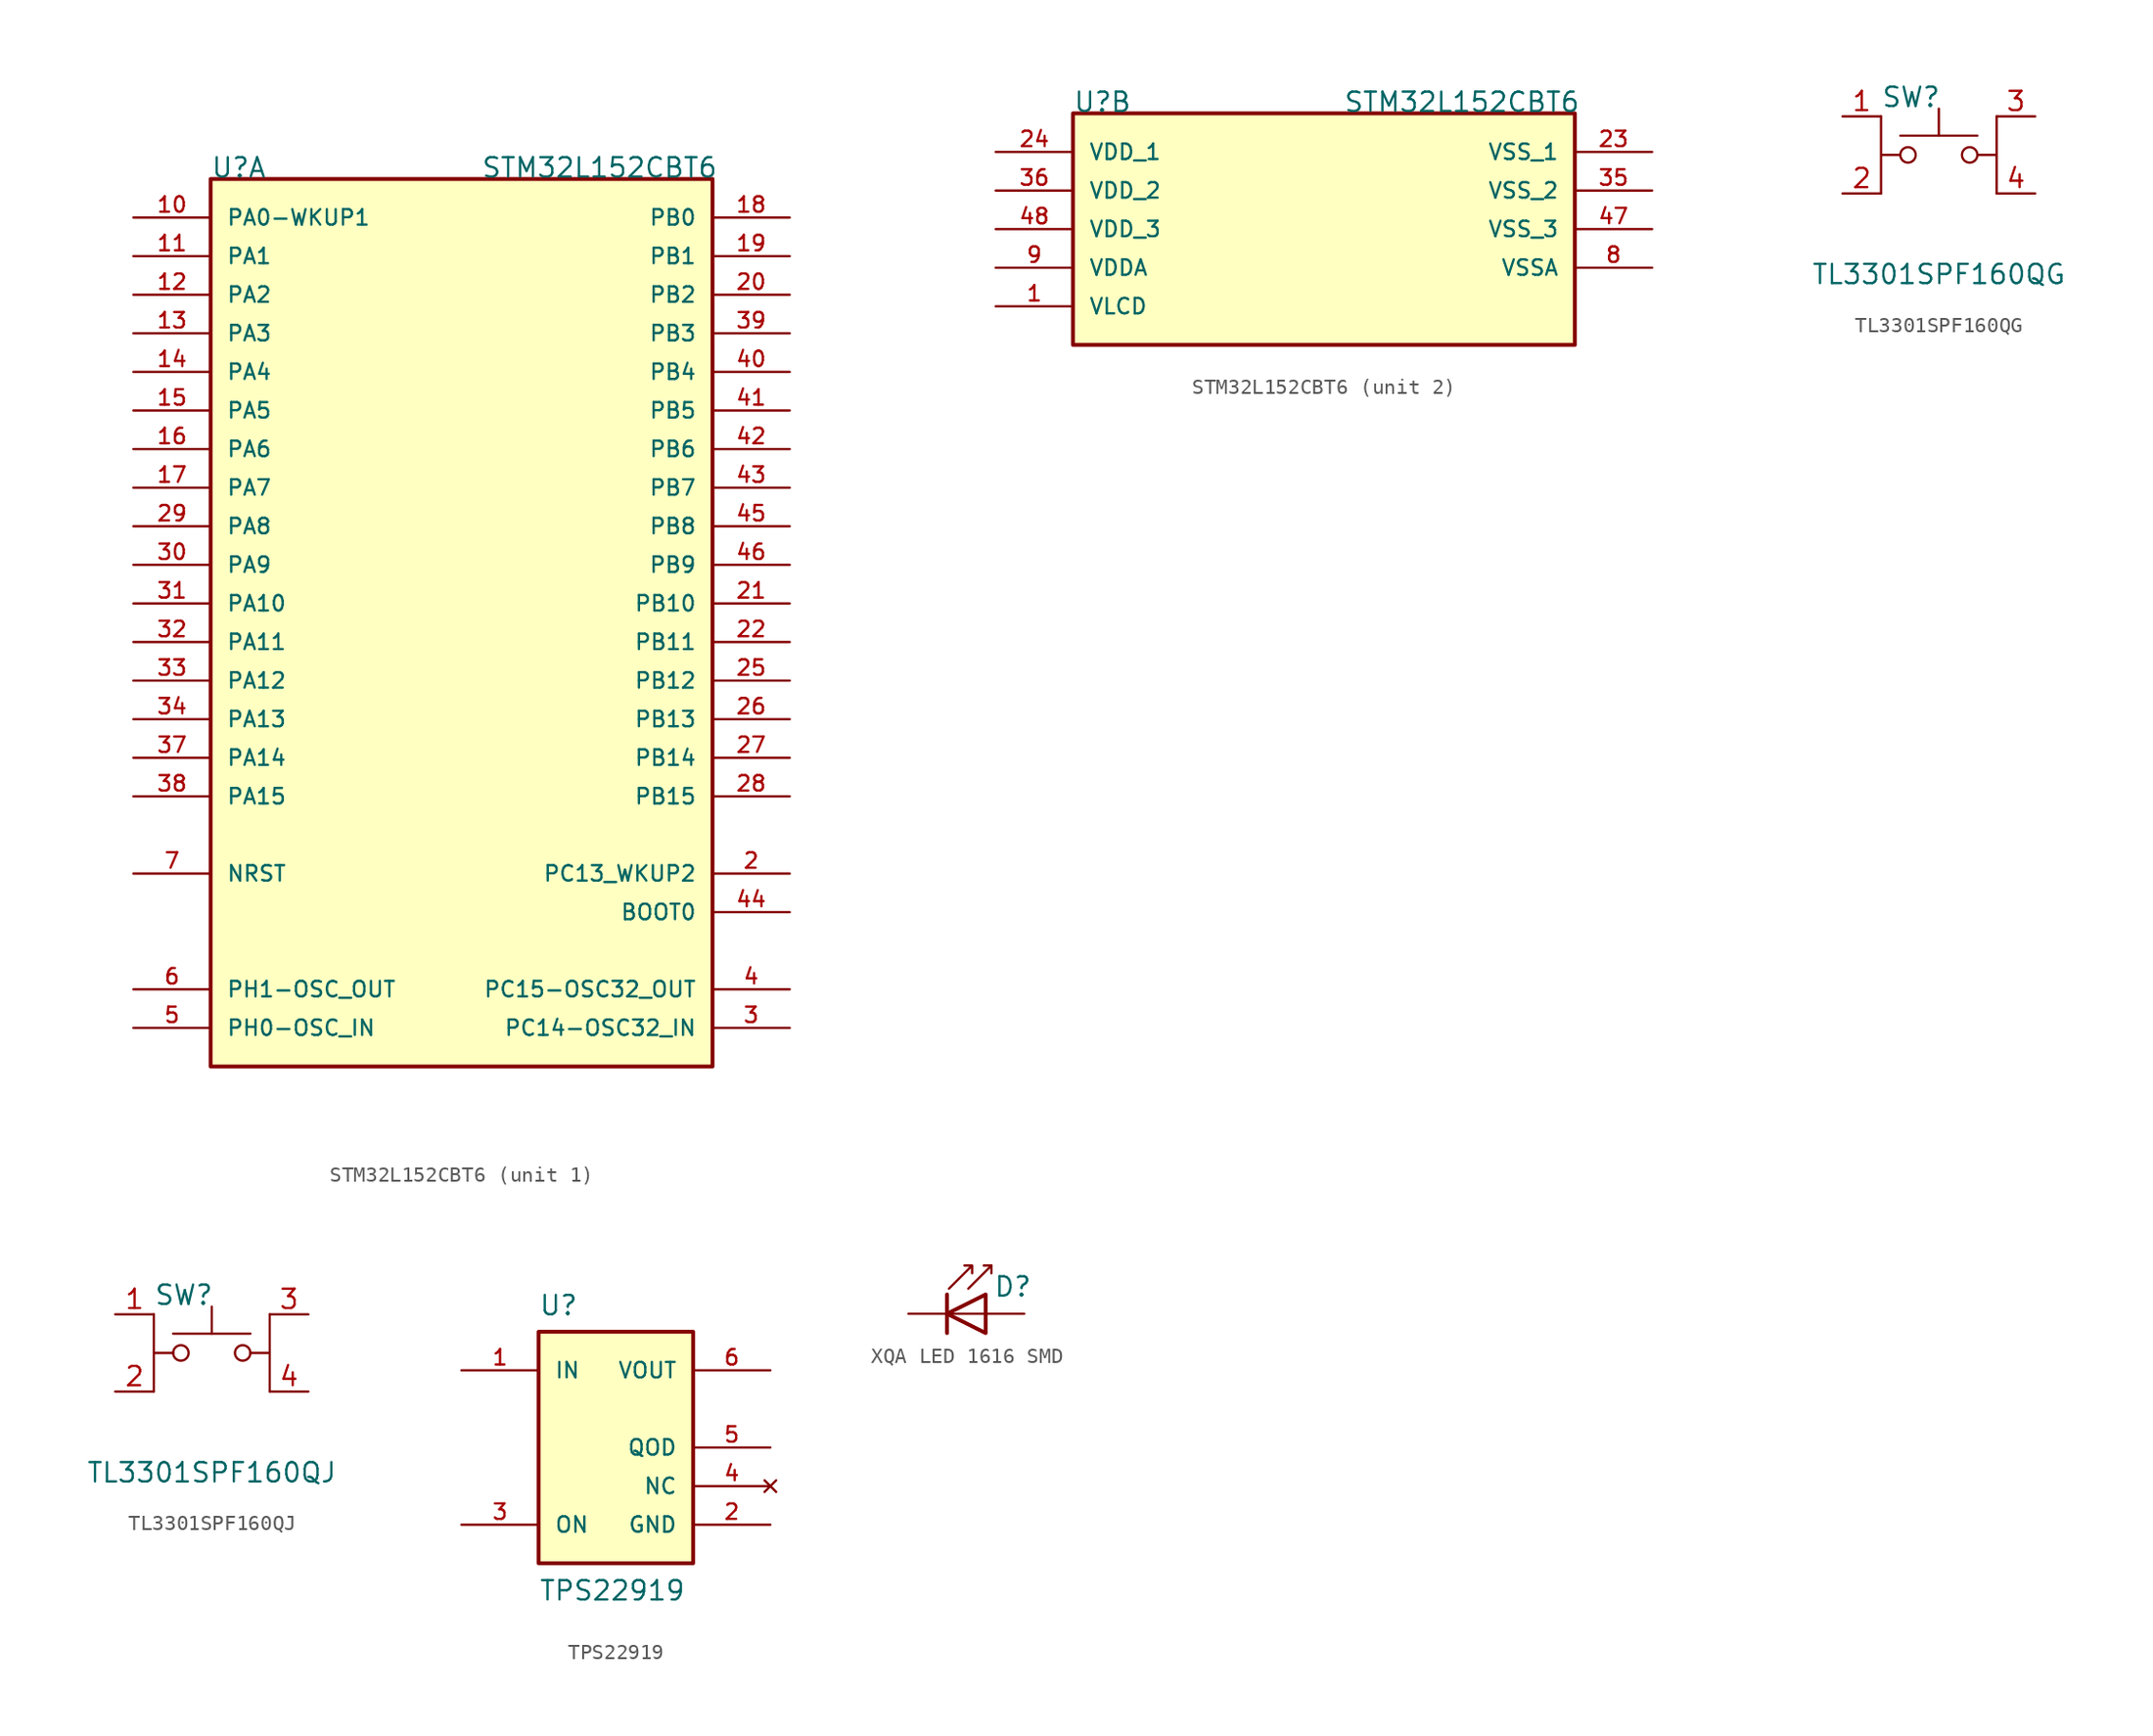
<source format=kicad_sym>
(kicad_symbol_lib
  (version 20211014)
  (generator kicad_symbol_editor)
  (symbol "STM32L152CBT6"
    (pin_names
      (offset 1.016))
    (property "Reference" "U"
      (at -16.51 30.48 0)
      (effects (font (size 1.27 1.27)) (justify left bottom)))
    (property "Value" "STM32L152CBT6"
      (at 1.27 30.48 0)
      (effects (font (size 1.27 1.27)) (justify left bottom)))
    (property "ki_locked" ""
      (at 0 0 0)
      (effects (font (size 1.27 1.27))))
    (symbol "STM32L152CBT6_1_0"
      (rectangle (start -16.51 30.48) (end 16.51 -27.94) (stroke (width 0.254) (type default) (color 0 0 0 0)) (fill (type background)))
      (pin bidirectional line (at -21.59 27.94 0) (length 5.08) (name "PA0-WKUP1" (effects (font (size 1.016 1.016)))) (number "10" (effects (font (size 1.016 1.016)))))
      (pin bidirectional line (at -21.59 25.4 0) (length 5.08) (name "PA1" (effects (font (size 1.016 1.016)))) (number "11" (effects (font (size 1.016 1.016)))))
      (pin bidirectional line (at -21.59 22.86 0) (length 5.08) (name "PA2" (effects (font (size 1.016 1.016)))) (number "12" (effects (font (size 1.016 1.016)))))
      (pin bidirectional line (at -21.59 20.32 0) (length 5.08) (name "PA3" (effects (font (size 1.016 1.016)))) (number "13" (effects (font (size 1.016 1.016)))))
      (pin bidirectional line (at -21.59 17.78 0) (length 5.08) (name "PA4" (effects (font (size 1.016 1.016)))) (number "14" (effects (font (size 1.016 1.016)))))
      (pin bidirectional line (at -21.59 15.24 0) (length 5.08) (name "PA5" (effects (font (size 1.016 1.016)))) (number "15" (effects (font (size 1.016 1.016)))))
      (pin bidirectional line (at -21.59 12.7 0) (length 5.08) (name "PA6" (effects (font (size 1.016 1.016)))) (number "16" (effects (font (size 1.016 1.016)))))
      (pin bidirectional line (at -21.59 10.16 0) (length 5.08) (name "PA7" (effects (font (size 1.016 1.016)))) (number "17" (effects (font (size 1.016 1.016)))))
      (pin bidirectional line (at 21.59 27.94 180) (length 5.08) (name "PB0" (effects (font (size 1.016 1.016)))) (number "18" (effects (font (size 1.016 1.016)))))
      (pin bidirectional line (at 21.59 25.4 180) (length 5.08) (name "PB1" (effects (font (size 1.016 1.016)))) (number "19" (effects (font (size 1.016 1.016)))))
      (pin bidirectional line (at 21.59 -15.24 180) (length 5.08) (name "PC13_WKUP2" (effects (font (size 1.016 1.016)))) (number "2" (effects (font (size 1.016 1.016)))))
      (pin bidirectional line (at 21.59 22.86 180) (length 5.08) (name "PB2" (effects (font (size 1.016 1.016)))) (number "20" (effects (font (size 1.016 1.016)))))
      (pin bidirectional line (at 21.59 2.54 180) (length 5.08) (name "PB10" (effects (font (size 1.016 1.016)))) (number "21" (effects (font (size 1.016 1.016)))))
      (pin bidirectional line (at 21.59 0 180) (length 5.08) (name "PB11" (effects (font (size 1.016 1.016)))) (number "22" (effects (font (size 1.016 1.016)))))
      (pin bidirectional line (at 21.59 -2.54 180) (length 5.08) (name "PB12" (effects (font (size 1.016 1.016)))) (number "25" (effects (font (size 1.016 1.016)))))
      (pin bidirectional line (at 21.59 -5.08 180) (length 5.08) (name "PB13" (effects (font (size 1.016 1.016)))) (number "26" (effects (font (size 1.016 1.016)))))
      (pin bidirectional line (at 21.59 -7.62 180) (length 5.08) (name "PB14" (effects (font (size 1.016 1.016)))) (number "27" (effects (font (size 1.016 1.016)))))
      (pin bidirectional line (at 21.59 -10.16 180) (length 5.08) (name "PB15" (effects (font (size 1.016 1.016)))) (number "28" (effects (font (size 1.016 1.016)))))
      (pin bidirectional line (at -21.59 7.62 0) (length 5.08) (name "PA8" (effects (font (size 1.016 1.016)))) (number "29" (effects (font (size 1.016 1.016)))))
      (pin input line (at 21.59 -25.4 180) (length 5.08) (name "PC14-OSC32_IN" (effects (font (size 1.016 1.016)))) (number "3" (effects (font (size 1.016 1.016)))))
      (pin bidirectional line (at -21.59 5.08 0) (length 5.08) (name "PA9" (effects (font (size 1.016 1.016)))) (number "30" (effects (font (size 1.016 1.016)))))
      (pin bidirectional line (at -21.59 2.54 0) (length 5.08) (name "PA10" (effects (font (size 1.016 1.016)))) (number "31" (effects (font (size 1.016 1.016)))))
      (pin bidirectional line (at -21.59 0 0) (length 5.08) (name "PA11" (effects (font (size 1.016 1.016)))) (number "32" (effects (font (size 1.016 1.016)))))
      (pin bidirectional line (at -21.59 -2.54 0) (length 5.08) (name "PA12" (effects (font (size 1.016 1.016)))) (number "33" (effects (font (size 1.016 1.016)))))
      (pin bidirectional line (at -21.59 -5.08 0) (length 5.08) (name "PA13" (effects (font (size 1.016 1.016)))) (number "34" (effects (font (size 1.016 1.016)))))
      (pin bidirectional line (at -21.59 -7.62 0) (length 5.08) (name "PA14" (effects (font (size 1.016 1.016)))) (number "37" (effects (font (size 1.016 1.016)))))
      (pin bidirectional line (at -21.59 -10.16 0) (length 5.08) (name "PA15" (effects (font (size 1.016 1.016)))) (number "38" (effects (font (size 1.016 1.016)))))
      (pin bidirectional line (at 21.59 20.32 180) (length 5.08) (name "PB3" (effects (font (size 1.016 1.016)))) (number "39" (effects (font (size 1.016 1.016)))))
      (pin output line (at 21.59 -22.86 180) (length 5.08) (name "PC15-OSC32_OUT" (effects (font (size 1.016 1.016)))) (number "4" (effects (font (size 1.016 1.016)))))
      (pin bidirectional line (at 21.59 17.78 180) (length 5.08) (name "PB4" (effects (font (size 1.016 1.016)))) (number "40" (effects (font (size 1.016 1.016)))))
      (pin bidirectional line (at 21.59 15.24 180) (length 5.08) (name "PB5" (effects (font (size 1.016 1.016)))) (number "41" (effects (font (size 1.016 1.016)))))
      (pin bidirectional line (at 21.59 12.7 180) (length 5.08) (name "PB6" (effects (font (size 1.016 1.016)))) (number "42" (effects (font (size 1.016 1.016)))))
      (pin bidirectional line (at 21.59 10.16 180) (length 5.08) (name "PB7" (effects (font (size 1.016 1.016)))) (number "43" (effects (font (size 1.016 1.016)))))
      (pin input line (at 21.59 -17.78 180) (length 5.08) (name "BOOT0" (effects (font (size 1.016 1.016)))) (number "44" (effects (font (size 1.016 1.016)))))
      (pin bidirectional line (at 21.59 7.62 180) (length 5.08) (name "PB8" (effects (font (size 1.016 1.016)))) (number "45" (effects (font (size 1.016 1.016)))))
      (pin bidirectional line (at 21.59 5.08 180) (length 5.08) (name "PB9" (effects (font (size 1.016 1.016)))) (number "46" (effects (font (size 1.016 1.016)))))
      (pin input line (at -21.59 -25.4 0) (length 5.08) (name "PH0-OSC_IN" (effects (font (size 1.016 1.016)))) (number "5" (effects (font (size 1.016 1.016)))))
      (pin output line (at -21.59 -22.86 0) (length 5.08) (name "PH1-OSC_OUT" (effects (font (size 1.016 1.016)))) (number "6" (effects (font (size 1.016 1.016)))))
      (pin bidirectional line (at -21.59 -15.24 0) (length 5.08) (name "NRST" (effects (font (size 1.016 1.016)))) (number "7" (effects (font (size 1.016 1.016))))))
    (symbol "STM32L152CBT6_2_0"
      (rectangle (start -16.51 30.48) (end 16.51 15.24) (stroke (width 0.254) (type default) (color 0 0 0 0)) (fill (type background)))
      (pin power_in line (at -21.59 17.78 0) (length 5.08) (name "VLCD" (effects (font (size 1.016 1.016)))) (number "1" (effects (font (size 1.016 1.016)))))
      (pin power_in line (at 21.59 27.94 180) (length 5.08) (name "VSS_1" (effects (font (size 1.016 1.016)))) (number "23" (effects (font (size 1.016 1.016)))))
      (pin power_in line (at -21.59 27.94 0) (length 5.08) (name "VDD_1" (effects (font (size 1.016 1.016)))) (number "24" (effects (font (size 1.016 1.016)))))
      (pin power_in line (at 21.59 25.4 180) (length 5.08) (name "VSS_2" (effects (font (size 1.016 1.016)))) (number "35" (effects (font (size 1.016 1.016)))))
      (pin power_in line (at -21.59 25.4 0) (length 5.08) (name "VDD_2" (effects (font (size 1.016 1.016)))) (number "36" (effects (font (size 1.016 1.016)))))
      (pin power_in line (at 21.59 22.86 180) (length 5.08) (name "VSS_3" (effects (font (size 1.016 1.016)))) (number "47" (effects (font (size 1.016 1.016)))))
      (pin power_in line (at -21.59 22.86 0) (length 5.08) (name "VDD_3" (effects (font (size 1.016 1.016)))) (number "48" (effects (font (size 1.016 1.016)))))
      (pin power_in line (at 21.59 20.32 180) (length 5.08) (name "VSSA" (effects (font (size 1.016 1.016)))) (number "8" (effects (font (size 1.016 1.016)))))
      (pin power_in line (at -21.59 20.32 0) (length 5.08) (name "VDDA" (effects (font (size 1.016 1.016)))) (number "9" (effects (font (size 1.016 1.016)))))))
  (symbol "TL3301SPF160QG"
    (pin_names
      (offset 1.016) hide)
    (property "Reference" "SW"
      (at -3.81 3.81 0)
      (effects (font (size 1.27 1.27)) (justify left)))
    (property "Value" "TL3301SPF160QG"
      (at 0 -7.874 0)
      (effects (font (size 1.27 1.27))))
    (symbol "TL3301SPF160QG_0_1"
      (circle (center -2.032 0) (radius 0.508) (stroke (width 0) (type default) (color 0 0 0 0)) (fill (type none)))
      (polyline (pts (xy 0 1.27) (xy 0 3.048)) (stroke (width 0) (type default) (color 0 0 0 0)) (fill (type none)))
      (polyline (pts (xy 2.54 1.27) (xy -2.54 1.27)) (stroke (width 0) (type default) (color 0 0 0 0)) (fill (type none)))
      (polyline (pts (xy -2.54 0) (xy -3.81 0) (xy -3.81 -2.54) (xy -3.81 2.54)) (stroke (width 0) (type default) (color 0 0 0 0)) (fill (type none)))
      (polyline (pts (xy 2.54 0) (xy 3.81 0) (xy 3.81 2.54) (xy 3.81 -2.54)) (stroke (width 0) (type default) (color 0 0 0 0)) (fill (type none)))
      (circle (center 2.032 0) (radius 0.508) (stroke (width 0) (type default) (color 0 0 0 0)) (fill (type none)))
      (pin passive line (at -6.35 2.54 0) (length 2.54) (name "1" (effects (font (size 1.27 1.27)))) (number "1" (effects (font (size 1.27 1.27)))))
      (pin passive line (at 6.35 2.54 180) (length 2.54) (name "2" (effects (font (size 1.27 1.27)))) (number "3" (effects (font (size 1.27 1.27))))))
    (symbol "TL3301SPF160QG_1_1"
      (pin passive line (at -6.35 -2.54 0) (length 2.54) (name "1" (effects (font (size 1.27 1.27)))) (number "2" (effects (font (size 1.27 1.27)))))
      (pin passive line (at 6.35 -2.54 180) (length 2.54) (name "1" (effects (font (size 1.27 1.27)))) (number "4" (effects (font (size 1.27 1.27)))))))
  (symbol "TL3301SPF160QJ"
    (pin_names
      (offset 1.016) hide)
    (property "Reference" "SW"
      (at -3.81 3.81 0)
      (effects (font (size 1.27 1.27)) (justify left)))
    (property "Value" "TL3301SPF160QJ"
      (at 0 -7.874 0)
      (effects (font (size 1.27 1.27))))
    (symbol "TL3301SPF160QJ_0_1"
      (circle (center -2.032 0) (radius 0.508) (stroke (width 0) (type default) (color 0 0 0 0)) (fill (type none)))
      (polyline (pts (xy 0 1.27) (xy 0 3.048)) (stroke (width 0) (type default) (color 0 0 0 0)) (fill (type none)))
      (polyline (pts (xy 2.54 1.27) (xy -2.54 1.27)) (stroke (width 0) (type default) (color 0 0 0 0)) (fill (type none)))
      (polyline (pts (xy -2.54 0) (xy -3.81 0) (xy -3.81 -2.54) (xy -3.81 2.54)) (stroke (width 0) (type default) (color 0 0 0 0)) (fill (type none)))
      (polyline (pts (xy 2.54 0) (xy 3.81 0) (xy 3.81 2.54) (xy 3.81 -2.54)) (stroke (width 0) (type default) (color 0 0 0 0)) (fill (type none)))
      (circle (center 2.032 0) (radius 0.508) (stroke (width 0) (type default) (color 0 0 0 0)) (fill (type none)))
      (pin passive line (at -6.35 2.54 0) (length 2.54) (name "1" (effects (font (size 1.27 1.27)))) (number "1" (effects (font (size 1.27 1.27)))))
      (pin passive line (at 6.35 2.54 180) (length 2.54) (name "2" (effects (font (size 1.27 1.27)))) (number "3" (effects (font (size 1.27 1.27))))))
    (symbol "TL3301SPF160QJ_1_1"
      (pin passive line (at -6.35 -2.54 0) (length 2.54) (name "1" (effects (font (size 1.27 1.27)))) (number "2" (effects (font (size 1.27 1.27)))))
      (pin passive line (at 6.35 -2.54 180) (length 2.54) (name "1" (effects (font (size 1.27 1.27)))) (number "4" (effects (font (size 1.27 1.27)))))))
  (symbol "TPS22919"
    (pin_names
      (offset 1.016))
    (property "Reference" "U"
      (at -5.08 8.611 0)
      (effects (font (size 1.27 1.27)) (justify left bottom)))
    (property "Value" "TPS22919"
      (at -5.08 -10.16 0)
      (effects (font (size 1.27 1.27)) (justify left bottom)))
    (symbol "TPS22919_0_0"
      (rectangle (start -5.08 -7.62) (end 5.08 7.62) (stroke (width 0.254) (type default) (color 0 0 0 0)) (fill (type background)))
      (pin power_in line (at -10.16 5.08 0) (length 5.08) (name "IN" (effects (font (size 1.016 1.016)))) (number "1" (effects (font (size 1.016 1.016)))))
      (pin power_in line (at 10.16 -5.08 180) (length 5.08) (name "GND" (effects (font (size 1.016 1.016)))) (number "2" (effects (font (size 1.016 1.016)))))
      (pin input line (at -10.16 -5.08 0) (length 5.08) (name "ON" (effects (font (size 1.016 1.016)))) (number "3" (effects (font (size 1.016 1.016)))))
      (pin power_out line (at 10.16 5.08 180) (length 5.08) (name "VOUT" (effects (font (size 1.016 1.016)))) (number "6" (effects (font (size 1.016 1.016))))))
    (symbol "TPS22919_1_1"
      (pin no_connect line (at 10.16 -2.54 180) (length 5.08) (name "NC" (effects (font (size 1.016 1.016)))) (number "4" (effects (font (size 1.016 1.016)))))
      (pin output line (at 10.16 0 180) (length 5.08) (name "QOD" (effects (font (size 1.016 1.016)))) (number "5" (effects (font (size 1.016 1.016)))))))
  (symbol "XQA LED 1616 SMD"
    (pin_numbers hide)
    (pin_names
      (offset 1.016) hide)
    (property "Reference" "D"
      (at 0.508 1.778 0)
      (effects (font (size 1.27 1.27)) (justify left)))
    (symbol "XQA LED 1616 SMD_0_1"
      (polyline (pts (xy -2.54 0) (xy 0 0)) (stroke (width 0) (type default) (color 0 0 0 0)) (fill (type none)))
      (polyline (pts (xy -2.54 1.27) (xy -2.54 -1.27)) (stroke (width 0.254) (type default) (color 0 0 0 0)) (fill (type none)))
      (polyline (pts (xy 0.381 3.175) (xy -0.127 3.175)) (stroke (width 0) (type default) (color 0 0 0 0)) (fill (type none)))
      (polyline (pts (xy -1.143 1.651) (xy 0.381 3.175) (xy 0.381 2.667)) (stroke (width 0) (type default) (color 0 0 0 0)) (fill (type none)))
      (polyline (pts (xy 0 -1.27) (xy 0 1.27) (xy -2.54 0) (xy 0 -1.27)) (stroke (width 0.254) (type default) (color 0 0 0 0)) (fill (type none)))
      (polyline (pts (xy -2.413 1.651) (xy -0.889 3.175) (xy -0.889 2.667) (xy -0.889 3.175) (xy -1.397 3.175)) (stroke (width 0) (type default) (color 0 0 0 0)) (fill (type none))))
    (symbol "XQA LED 1616 SMD_1_1"
      (pin passive line (at -5.08 0 0) (length 2.54) (name "K" (effects (font (size 1.27 1.27)))) (number "1" (effects (font (size 1.27 1.27)))))
      (pin passive line (at 2.54 0 180) (length 2.54) (name "A" (effects (font (size 1.27 1.27)))) (number "2" (effects (font (size 1.27 1.27))))))))
</source>
